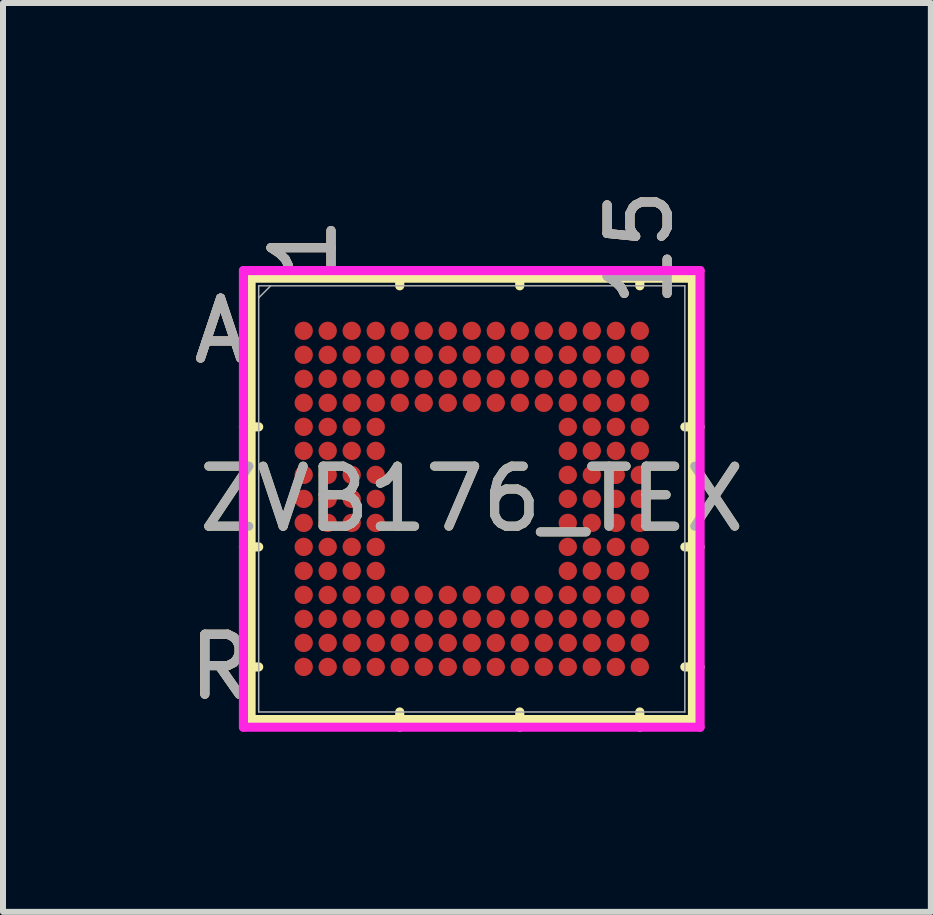
<source format=kicad_pcb>
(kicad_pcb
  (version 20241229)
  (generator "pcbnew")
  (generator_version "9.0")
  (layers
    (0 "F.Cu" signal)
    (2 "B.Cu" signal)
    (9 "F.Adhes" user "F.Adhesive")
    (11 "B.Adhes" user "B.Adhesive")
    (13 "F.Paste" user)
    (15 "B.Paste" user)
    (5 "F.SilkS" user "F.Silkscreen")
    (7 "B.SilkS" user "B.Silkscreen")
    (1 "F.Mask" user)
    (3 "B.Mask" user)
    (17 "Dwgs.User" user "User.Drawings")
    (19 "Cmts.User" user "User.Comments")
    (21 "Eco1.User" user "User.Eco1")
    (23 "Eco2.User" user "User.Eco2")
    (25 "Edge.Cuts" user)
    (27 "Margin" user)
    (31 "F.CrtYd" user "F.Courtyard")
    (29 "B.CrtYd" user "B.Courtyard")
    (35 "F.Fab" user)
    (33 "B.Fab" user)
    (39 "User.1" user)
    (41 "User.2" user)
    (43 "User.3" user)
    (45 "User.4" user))
  (footprint "ZVB176_TEX"
    (layer "F.Cu")
    (at 4.81 5.262)
    (property "Reference" "ZVB176_TEX" (at 0 0 0) (unlocked yes) (layer "F.SilkS") (effects (font (size 1 1) (thickness 0.15))))
    (attr smd)
    (fp_line (start -3.677 -3.677) (end -3.677 3.677) (stroke (width 0.152) (type solid)) (layer "F.SilkS"))
    (fp_line (start -3.677 3.677) (end 3.677 3.677) (stroke (width 0.152) (type solid)) (layer "F.SilkS"))
    (fp_line (start -3.55 -1.2) (end -3.804 -1.2) (stroke (width 0.152) (type solid)) (layer "F.SilkS"))
    (fp_line (start -3.55 0.8) (end -3.804 0.8) (stroke (width 0.152) (type solid)) (layer "F.SilkS"))
    (fp_line (start -3.55 2.8) (end -3.804 2.8) (stroke (width 0.152) (type solid)) (layer "F.SilkS"))
    (fp_line (start -1.2 -3.55) (end -1.2 -3.804) (stroke (width 0.152) (type solid)) (layer "F.SilkS"))
    (fp_line (start -1.2 3.55) (end -1.2 3.804) (stroke (width 0.152) (type solid)) (layer "F.SilkS"))
    (fp_line (start 0.8 -3.55) (end 0.8 -3.804) (stroke (width 0.152) (type solid)) (layer "F.SilkS"))
    (fp_line (start 0.8 3.55) (end 0.8 3.804) (stroke (width 0.152) (type solid)) (layer "F.SilkS"))
    (fp_line (start 2.8 -3.55) (end 2.8 -3.804) (stroke (width 0.152) (type solid)) (layer "F.SilkS"))
    (fp_line (start 2.8 3.55) (end 2.8 3.804) (stroke (width 0.152) (type solid)) (layer "F.SilkS"))
    (fp_line (start 3.55 -1.2) (end 3.804 -1.2) (stroke (width 0.152) (type solid)) (layer "F.SilkS"))
    (fp_line (start 3.55 0.8) (end 3.804 0.8) (stroke (width 0.152) (type solid)) (layer "F.SilkS"))
    (fp_line (start 3.55 2.8) (end 3.804 2.8) (stroke (width 0.152) (type solid)) (layer "F.SilkS"))
    (fp_line (start 3.677 -3.677) (end -3.677 -3.677) (stroke (width 0.152) (type solid)) (layer "F.SilkS"))
    (fp_line (start 3.677 3.677) (end 3.677 -3.677) (stroke (width 0.152) (type solid)) (layer "F.SilkS"))
    (fp_poly (pts (xy -3.445 -3.445) (xy 3.445 -3.445) (xy 3.445 3.445) (xy -3.445 3.445)) (stroke (width 0.1) (type solid)) (fill no) (layer "Eco2.User"))
    (fp_line (start -3.804 -3.804) (end 3.804 -3.804) (stroke (width 0.152) (type solid)) (layer "F.CrtYd"))
    (fp_line (start -3.804 3.804) (end -3.804 -3.804) (stroke (width 0.152) (type solid)) (layer "F.CrtYd"))
    (fp_line (start 3.804 -3.804) (end 3.804 3.804) (stroke (width 0.152) (type solid)) (layer "F.CrtYd"))
    (fp_line (start 3.804 3.804) (end -3.804 3.804) (stroke (width 0.152) (type solid)) (layer "F.CrtYd"))
    (fp_line (start -3.55 -3.55) (end -3.55 3.55) (stroke (width 0.025) (type solid)) (layer "F.Fab"))
    (fp_line (start -3.55 3.55) (end 3.55 3.55) (stroke (width 0.025) (type solid)) (layer "F.Fab"))
    (fp_line (start -3.35 -3.55) (end -3.55 -3.35) (stroke (width 0.025) (type solid)) (layer "F.Fab"))
    (fp_line (start 3.55 -3.55) (end -3.55 -3.55) (stroke (width 0.025) (type solid)) (layer "F.Fab"))
    (fp_line (start 3.55 3.55) (end 3.55 -3.55) (stroke (width 0.025) (type solid)) (layer "F.Fab"))
    (fp_text user "A" (at -4.185 -2.8 0) (unlocked yes) (layer "F.SilkS") (effects (font (size 1 1) (thickness 0.15))))
    (fp_text user "15" (at 2.8 -4.185 90) (unlocked yes) (layer "F.SilkS") (effects (font (size 1 1) (thickness 0.15))))
    (fp_text user "1" (at -2.8 -4.185 90) (unlocked yes) (layer "F.SilkS") (effects (font (size 1 1) (thickness 0.15))))
    (fp_text user "R" (at -4.185 2.8 0) (unlocked yes) (layer "F.SilkS") (effects (font (size 1 1) (thickness 0.15))))
    (fp_text user "1" (at -2.8 -4.185 90) (unlocked yes) (layer "B.SilkS") (effects (font (size 1 1) (thickness 0.15))))
    (fp_text user "15" (at 2.8 -4.185 90) (unlocked yes) (layer "B.SilkS") (effects (font (size 1 1) (thickness 0.15))))
    (fp_text user "R" (at -4.185 2.8 0) (unlocked yes) (layer "B.SilkS") (effects (font (size 1 1) (thickness 0.15))))
    (fp_text user "A" (at -4.185 -2.8 0) (unlocked yes) (layer "B.SilkS") (effects (font (size 1 1) (thickness 0.15))))
    (fp_text user "${REFERENCE}" (at 0 0 0) (unlocked yes) (layer "F.Fab") (effects (font (size 1 1) (thickness 0.15))))
    (fp_text user "A" (at -4.185 -2.8 0) (unlocked yes) (layer "F.Fab") (effects (font (size 1 1) (thickness 0.15))))
    (fp_text user "1" (at -2.8 -4.185 90) (unlocked yes) (layer "F.Fab") (effects (font (size 1 1) (thickness 0.15))))
    (fp_text user "R" (at -4.185 2.8 0) (unlocked yes) (layer "F.Fab") (effects (font (size 1 1) (thickness 0.15))))
    (fp_text user "15" (at 2.8 -4.185 90) (unlocked yes) (layer "F.Fab") (effects (font (size 1 1) (thickness 0.15))))
    (pad "A1" smd circle (at -2.8 -2.8) (size 0.305 0.305) (layers "F.Cu" "F.Mask" "F.Paste"))
    (pad "A2" smd circle (at -2.4 -2.8) (size 0.305 0.305) (layers "F.Cu" "F.Mask" "F.Paste"))
    (pad "A3" smd circle (at -2 -2.8) (size 0.305 0.305) (layers "F.Cu" "F.Mask" "F.Paste"))
    (pad "A4" smd circle (at -1.6 -2.8) (size 0.305 0.305) (layers "F.Cu" "F.Mask" "F.Paste"))
    (pad "A5" smd circle (at -1.2 -2.8) (size 0.305 0.305) (layers "F.Cu" "F.Mask" "F.Paste"))
    (pad "A6" smd circle (at -0.8 -2.8) (size 0.305 0.305) (layers "F.Cu" "F.Mask" "F.Paste"))
    (pad "A7" smd circle (at -0.4 -2.8) (size 0.305 0.305) (layers "F.Cu" "F.Mask" "F.Paste"))
    (pad "A8" smd circle (at 0 -2.8) (size 0.305 0.305) (layers "F.Cu" "F.Mask" "F.Paste"))
    (pad "A9" smd circle (at 0.4 -2.8) (size 0.305 0.305) (layers "F.Cu" "F.Mask" "F.Paste"))
    (pad "A10" smd circle (at 0.8 -2.8) (size 0.305 0.305) (layers "F.Cu" "F.Mask" "F.Paste"))
    (pad "A11" smd circle (at 1.2 -2.8) (size 0.305 0.305) (layers "F.Cu" "F.Mask" "F.Paste"))
    (pad "A12" smd circle (at 1.6 -2.8) (size 0.305 0.305) (layers "F.Cu" "F.Mask" "F.Paste"))
    (pad "A13" smd circle (at 2 -2.8) (size 0.305 0.305) (layers "F.Cu" "F.Mask" "F.Paste"))
    (pad "A14" smd circle (at 2.4 -2.8) (size 0.305 0.305) (layers "F.Cu" "F.Mask" "F.Paste"))
    (pad "A15" smd circle (at 2.8 -2.8) (size 0.305 0.305) (layers "F.Cu" "F.Mask" "F.Paste"))
    (pad "B1" smd circle (at -2.8 -2.4) (size 0.305 0.305) (layers "F.Cu" "F.Mask" "F.Paste"))
    (pad "B2" smd circle (at -2.4 -2.4) (size 0.305 0.305) (layers "F.Cu" "F.Mask" "F.Paste"))
    (pad "B3" smd circle (at -2 -2.4) (size 0.305 0.305) (layers "F.Cu" "F.Mask" "F.Paste"))
    (pad "B4" smd circle (at -1.6 -2.4) (size 0.305 0.305) (layers "F.Cu" "F.Mask" "F.Paste"))
    (pad "B5" smd circle (at -1.2 -2.4) (size 0.305 0.305) (layers "F.Cu" "F.Mask" "F.Paste"))
    (pad "B6" smd circle (at -0.8 -2.4) (size 0.305 0.305) (layers "F.Cu" "F.Mask" "F.Paste"))
    (pad "B7" smd circle (at -0.4 -2.4) (size 0.305 0.305) (layers "F.Cu" "F.Mask" "F.Paste"))
    (pad "B8" smd circle (at 0 -2.4) (size 0.305 0.305) (layers "F.Cu" "F.Mask" "F.Paste"))
    (pad "B9" smd circle (at 0.4 -2.4) (size 0.305 0.305) (layers "F.Cu" "F.Mask" "F.Paste"))
    (pad "B10" smd circle (at 0.8 -2.4) (size 0.305 0.305) (layers "F.Cu" "F.Mask" "F.Paste"))
    (pad "B11" smd circle (at 1.2 -2.4) (size 0.305 0.305) (layers "F.Cu" "F.Mask" "F.Paste"))
    (pad "B12" smd circle (at 1.6 -2.4) (size 0.305 0.305) (layers "F.Cu" "F.Mask" "F.Paste"))
    (pad "B13" smd circle (at 2 -2.4) (size 0.305 0.305) (layers "F.Cu" "F.Mask" "F.Paste"))
    (pad "B14" smd circle (at 2.4 -2.4) (size 0.305 0.305) (layers "F.Cu" "F.Mask" "F.Paste"))
    (pad "B15" smd circle (at 2.8 -2.4) (size 0.305 0.305) (layers "F.Cu" "F.Mask" "F.Paste"))
    (pad "C1" smd circle (at -2.8 -2) (size 0.305 0.305) (layers "F.Cu" "F.Mask" "F.Paste"))
    (pad "C2" smd circle (at -2.4 -2) (size 0.305 0.305) (layers "F.Cu" "F.Mask" "F.Paste"))
    (pad "C3" smd circle (at -2 -2) (size 0.305 0.305) (layers "F.Cu" "F.Mask" "F.Paste"))
    (pad "C4" smd circle (at -1.6 -2) (size 0.305 0.305) (layers "F.Cu" "F.Mask" "F.Paste"))
    (pad "C5" smd circle (at -1.2 -2) (size 0.305 0.305) (layers "F.Cu" "F.Mask" "F.Paste"))
    (pad "C6" smd circle (at -0.8 -2) (size 0.305 0.305) (layers "F.Cu" "F.Mask" "F.Paste"))
    (pad "C7" smd circle (at -0.4 -2) (size 0.305 0.305) (layers "F.Cu" "F.Mask" "F.Paste"))
    (pad "C8" smd circle (at 0 -2) (size 0.305 0.305) (layers "F.Cu" "F.Mask" "F.Paste"))
    (pad "C9" smd circle (at 0.4 -2) (size 0.305 0.305) (layers "F.Cu" "F.Mask" "F.Paste"))
    (pad "C10" smd circle (at 0.8 -2) (size 0.305 0.305) (layers "F.Cu" "F.Mask" "F.Paste"))
    (pad "C11" smd circle (at 1.2 -2) (size 0.305 0.305) (layers "F.Cu" "F.Mask" "F.Paste"))
    (pad "C12" smd circle (at 1.6 -2) (size 0.305 0.305) (layers "F.Cu" "F.Mask" "F.Paste"))
    (pad "C13" smd circle (at 2 -2) (size 0.305 0.305) (layers "F.Cu" "F.Mask" "F.Paste"))
    (pad "C14" smd circle (at 2.4 -2) (size 0.305 0.305) (layers "F.Cu" "F.Mask" "F.Paste"))
    (pad "C15" smd circle (at 2.8 -2) (size 0.305 0.305) (layers "F.Cu" "F.Mask" "F.Paste"))
    (pad "D1" smd circle (at -2.8 -1.6) (size 0.305 0.305) (layers "F.Cu" "F.Mask" "F.Paste"))
    (pad "D2" smd circle (at -2.4 -1.6) (size 0.305 0.305) (layers "F.Cu" "F.Mask" "F.Paste"))
    (pad "D3" smd circle (at -2 -1.6) (size 0.305 0.305) (layers "F.Cu" "F.Mask" "F.Paste"))
    (pad "D4" smd circle (at -1.6 -1.6) (size 0.305 0.305) (layers "F.Cu" "F.Mask" "F.Paste"))
    (pad "D5" smd circle (at -1.2 -1.6) (size 0.305 0.305) (layers "F.Cu" "F.Mask" "F.Paste"))
    (pad "D6" smd circle (at -0.8 -1.6) (size 0.305 0.305) (layers "F.Cu" "F.Mask" "F.Paste"))
    (pad "D7" smd circle (at -0.4 -1.6) (size 0.305 0.305) (layers "F.Cu" "F.Mask" "F.Paste"))
    (pad "D8" smd circle (at 0 -1.6) (size 0.305 0.305) (layers "F.Cu" "F.Mask" "F.Paste"))
    (pad "D9" smd circle (at 0.4 -1.6) (size 0.305 0.305) (layers "F.Cu" "F.Mask" "F.Paste"))
    (pad "D10" smd circle (at 0.8 -1.6) (size 0.305 0.305) (layers "F.Cu" "F.Mask" "F.Paste"))
    (pad "D11" smd circle (at 1.2 -1.6) (size 0.305 0.305) (layers "F.Cu" "F.Mask" "F.Paste"))
    (pad "D12" smd circle (at 1.6 -1.6) (size 0.305 0.305) (layers "F.Cu" "F.Mask" "F.Paste"))
    (pad "D13" smd circle (at 2 -1.6) (size 0.305 0.305) (layers "F.Cu" "F.Mask" "F.Paste"))
    (pad "D14" smd circle (at 2.4 -1.6) (size 0.305 0.305) (layers "F.Cu" "F.Mask" "F.Paste"))
    (pad "D15" smd circle (at 2.8 -1.6) (size 0.305 0.305) (layers "F.Cu" "F.Mask" "F.Paste"))
    (pad "E1" smd circle (at -2.8 -1.2) (size 0.305 0.305) (layers "F.Cu" "F.Mask" "F.Paste"))
    (pad "E2" smd circle (at -2.4 -1.2) (size 0.305 0.305) (layers "F.Cu" "F.Mask" "F.Paste"))
    (pad "E3" smd circle (at -2 -1.2) (size 0.305 0.305) (layers "F.Cu" "F.Mask" "F.Paste"))
    (pad "E4" smd circle (at -1.6 -1.2) (size 0.305 0.305) (layers "F.Cu" "F.Mask" "F.Paste"))
    (pad "E12" smd circle (at 1.6 -1.2) (size 0.305 0.305) (layers "F.Cu" "F.Mask" "F.Paste"))
    (pad "E13" smd circle (at 2 -1.2) (size 0.305 0.305) (layers "F.Cu" "F.Mask" "F.Paste"))
    (pad "E14" smd circle (at 2.4 -1.2) (size 0.305 0.305) (layers "F.Cu" "F.Mask" "F.Paste"))
    (pad "E15" smd circle (at 2.8 -1.2) (size 0.305 0.305) (layers "F.Cu" "F.Mask" "F.Paste"))
    (pad "F1" smd circle (at -2.8 -0.8) (size 0.305 0.305) (layers "F.Cu" "F.Mask" "F.Paste"))
    (pad "F2" smd circle (at -2.4 -0.8) (size 0.305 0.305) (layers "F.Cu" "F.Mask" "F.Paste"))
    (pad "F3" smd circle (at -2 -0.8) (size 0.305 0.305) (layers "F.Cu" "F.Mask" "F.Paste"))
    (pad "F4" smd circle (at -1.6 -0.8) (size 0.305 0.305) (layers "F.Cu" "F.Mask" "F.Paste"))
    (pad "F12" smd circle (at 1.6 -0.8) (size 0.305 0.305) (layers "F.Cu" "F.Mask" "F.Paste"))
    (pad "F13" smd circle (at 2 -0.8) (size 0.305 0.305) (layers "F.Cu" "F.Mask" "F.Paste"))
    (pad "F14" smd circle (at 2.4 -0.8) (size 0.305 0.305) (layers "F.Cu" "F.Mask" "F.Paste"))
    (pad "F15" smd circle (at 2.8 -0.8) (size 0.305 0.305) (layers "F.Cu" "F.Mask" "F.Paste"))
    (pad "G1" smd circle (at -2.8 -0.4) (size 0.305 0.305) (layers "F.Cu" "F.Mask" "F.Paste"))
    (pad "G2" smd circle (at -2.4 -0.4) (size 0.305 0.305) (layers "F.Cu" "F.Mask" "F.Paste"))
    (pad "G3" smd circle (at -2 -0.4) (size 0.305 0.305) (layers "F.Cu" "F.Mask" "F.Paste"))
    (pad "G4" smd circle (at -1.6 -0.4) (size 0.305 0.305) (layers "F.Cu" "F.Mask" "F.Paste"))
    (pad "G12" smd circle (at 1.6 -0.4) (size 0.305 0.305) (layers "F.Cu" "F.Mask" "F.Paste"))
    (pad "G13" smd circle (at 2 -0.4) (size 0.305 0.305) (layers "F.Cu" "F.Mask" "F.Paste"))
    (pad "G14" smd circle (at 2.4 -0.4) (size 0.305 0.305) (layers "F.Cu" "F.Mask" "F.Paste"))
    (pad "G15" smd circle (at 2.8 -0.4) (size 0.305 0.305) (layers "F.Cu" "F.Mask" "F.Paste"))
    (pad "H1" smd circle (at -2.8 0) (size 0.305 0.305) (layers "F.Cu" "F.Mask" "F.Paste"))
    (pad "H2" smd circle (at -2.4 0) (size 0.305 0.305) (layers "F.Cu" "F.Mask" "F.Paste"))
    (pad "H3" smd circle (at -2 0) (size 0.305 0.305) (layers "F.Cu" "F.Mask" "F.Paste"))
    (pad "H4" smd circle (at -1.6 0) (size 0.305 0.305) (layers "F.Cu" "F.Mask" "F.Paste"))
    (pad "H12" smd circle (at 1.6 0) (size 0.305 0.305) (layers "F.Cu" "F.Mask" "F.Paste"))
    (pad "H13" smd circle (at 2 0) (size 0.305 0.305) (layers "F.Cu" "F.Mask" "F.Paste"))
    (pad "H14" smd circle (at 2.4 0) (size 0.305 0.305) (layers "F.Cu" "F.Mask" "F.Paste"))
    (pad "H15" smd circle (at 2.8 0) (size 0.305 0.305) (layers "F.Cu" "F.Mask" "F.Paste"))
    (pad "J1" smd circle (at -2.8 0.4) (size 0.305 0.305) (layers "F.Cu" "F.Mask" "F.Paste"))
    (pad "J2" smd circle (at -2.4 0.4) (size 0.305 0.305) (layers "F.Cu" "F.Mask" "F.Paste"))
    (pad "J3" smd circle (at -2 0.4) (size 0.305 0.305) (layers "F.Cu" "F.Mask" "F.Paste"))
    (pad "J4" smd circle (at -1.6 0.4) (size 0.305 0.305) (layers "F.Cu" "F.Mask" "F.Paste"))
    (pad "J12" smd circle (at 1.6 0.4) (size 0.305 0.305) (layers "F.Cu" "F.Mask" "F.Paste"))
    (pad "J13" smd circle (at 2 0.4) (size 0.305 0.305) (layers "F.Cu" "F.Mask" "F.Paste"))
    (pad "J14" smd circle (at 2.4 0.4) (size 0.305 0.305) (layers "F.Cu" "F.Mask" "F.Paste"))
    (pad "J15" smd circle (at 2.8 0.4) (size 0.305 0.305) (layers "F.Cu" "F.Mask" "F.Paste"))
    (pad "K1" smd circle (at -2.8 0.8) (size 0.305 0.305) (layers "F.Cu" "F.Mask" "F.Paste"))
    (pad "K2" smd circle (at -2.4 0.8) (size 0.305 0.305) (layers "F.Cu" "F.Mask" "F.Paste"))
    (pad "K3" smd circle (at -2 0.8) (size 0.305 0.305) (layers "F.Cu" "F.Mask" "F.Paste"))
    (pad "K4" smd circle (at -1.6 0.8) (size 0.305 0.305) (layers "F.Cu" "F.Mask" "F.Paste"))
    (pad "K12" smd circle (at 1.6 0.8) (size 0.305 0.305) (layers "F.Cu" "F.Mask" "F.Paste"))
    (pad "K13" smd circle (at 2 0.8) (size 0.305 0.305) (layers "F.Cu" "F.Mask" "F.Paste"))
    (pad "K14" smd circle (at 2.4 0.8) (size 0.305 0.305) (layers "F.Cu" "F.Mask" "F.Paste"))
    (pad "K15" smd circle (at 2.8 0.8) (size 0.305 0.305) (layers "F.Cu" "F.Mask" "F.Paste"))
    (pad "L1" smd circle (at -2.8 1.2) (size 0.305 0.305) (layers "F.Cu" "F.Mask" "F.Paste"))
    (pad "L2" smd circle (at -2.4 1.2) (size 0.305 0.305) (layers "F.Cu" "F.Mask" "F.Paste"))
    (pad "L3" smd circle (at -2 1.2) (size 0.305 0.305) (layers "F.Cu" "F.Mask" "F.Paste"))
    (pad "L4" smd circle (at -1.6 1.2) (size 0.305 0.305) (layers "F.Cu" "F.Mask" "F.Paste"))
    (pad "L12" smd circle (at 1.6 1.2) (size 0.305 0.305) (layers "F.Cu" "F.Mask" "F.Paste"))
    (pad "L13" smd circle (at 2 1.2) (size 0.305 0.305) (layers "F.Cu" "F.Mask" "F.Paste"))
    (pad "L14" smd circle (at 2.4 1.2) (size 0.305 0.305) (layers "F.Cu" "F.Mask" "F.Paste"))
    (pad "L15" smd circle (at 2.8 1.2) (size 0.305 0.305) (layers "F.Cu" "F.Mask" "F.Paste"))
    (pad "M1" smd circle (at -2.8 1.6) (size 0.305 0.305) (layers "F.Cu" "F.Mask" "F.Paste"))
    (pad "M2" smd circle (at -2.4 1.6) (size 0.305 0.305) (layers "F.Cu" "F.Mask" "F.Paste"))
    (pad "M3" smd circle (at -2 1.6) (size 0.305 0.305) (layers "F.Cu" "F.Mask" "F.Paste"))
    (pad "M4" smd circle (at -1.6 1.6) (size 0.305 0.305) (layers "F.Cu" "F.Mask" "F.Paste"))
    (pad "M5" smd circle (at -1.2 1.6) (size 0.305 0.305) (layers "F.Cu" "F.Mask" "F.Paste"))
    (pad "M6" smd circle (at -0.8 1.6) (size 0.305 0.305) (layers "F.Cu" "F.Mask" "F.Paste"))
    (pad "M7" smd circle (at -0.4 1.6) (size 0.305 0.305) (layers "F.Cu" "F.Mask" "F.Paste"))
    (pad "M8" smd circle (at 0 1.6) (size 0.305 0.305) (layers "F.Cu" "F.Mask" "F.Paste"))
    (pad "M9" smd circle (at 0.4 1.6) (size 0.305 0.305) (layers "F.Cu" "F.Mask" "F.Paste"))
    (pad "M10" smd circle (at 0.8 1.6) (size 0.305 0.305) (layers "F.Cu" "F.Mask" "F.Paste"))
    (pad "M11" smd circle (at 1.2 1.6) (size 0.305 0.305) (layers "F.Cu" "F.Mask" "F.Paste"))
    (pad "M12" smd circle (at 1.6 1.6) (size 0.305 0.305) (layers "F.Cu" "F.Mask" "F.Paste"))
    (pad "M13" smd circle (at 2 1.6) (size 0.305 0.305) (layers "F.Cu" "F.Mask" "F.Paste"))
    (pad "M14" smd circle (at 2.4 1.6) (size 0.305 0.305) (layers "F.Cu" "F.Mask" "F.Paste"))
    (pad "M15" smd circle (at 2.8 1.6) (size 0.305 0.305) (layers "F.Cu" "F.Mask" "F.Paste"))
    (pad "N1" smd circle (at -2.8 2) (size 0.305 0.305) (layers "F.Cu" "F.Mask" "F.Paste"))
    (pad "N2" smd circle (at -2.4 2) (size 0.305 0.305) (layers "F.Cu" "F.Mask" "F.Paste"))
    (pad "N3" smd circle (at -2 2) (size 0.305 0.305) (layers "F.Cu" "F.Mask" "F.Paste"))
    (pad "N4" smd circle (at -1.6 2) (size 0.305 0.305) (layers "F.Cu" "F.Mask" "F.Paste"))
    (pad "N5" smd circle (at -1.2 2) (size 0.305 0.305) (layers "F.Cu" "F.Mask" "F.Paste"))
    (pad "N6" smd circle (at -0.8 2) (size 0.305 0.305) (layers "F.Cu" "F.Mask" "F.Paste"))
    (pad "N7" smd circle (at -0.4 2) (size 0.305 0.305) (layers "F.Cu" "F.Mask" "F.Paste"))
    (pad "N8" smd circle (at 0 2) (size 0.305 0.305) (layers "F.Cu" "F.Mask" "F.Paste"))
    (pad "N9" smd circle (at 0.4 2) (size 0.305 0.305) (layers "F.Cu" "F.Mask" "F.Paste"))
    (pad "N10" smd circle (at 0.8 2) (size 0.305 0.305) (layers "F.Cu" "F.Mask" "F.Paste"))
    (pad "N11" smd circle (at 1.2 2) (size 0.305 0.305) (layers "F.Cu" "F.Mask" "F.Paste"))
    (pad "N12" smd circle (at 1.6 2) (size 0.305 0.305) (layers "F.Cu" "F.Mask" "F.Paste"))
    (pad "N13" smd circle (at 2 2) (size 0.305 0.305) (layers "F.Cu" "F.Mask" "F.Paste"))
    (pad "N14" smd circle (at 2.4 2) (size 0.305 0.305) (layers "F.Cu" "F.Mask" "F.Paste"))
    (pad "N15" smd circle (at 2.8 2) (size 0.305 0.305) (layers "F.Cu" "F.Mask" "F.Paste"))
    (pad "P1" smd circle (at -2.8 2.4) (size 0.305 0.305) (layers "F.Cu" "F.Mask" "F.Paste"))
    (pad "P2" smd circle (at -2.4 2.4) (size 0.305 0.305) (layers "F.Cu" "F.Mask" "F.Paste"))
    (pad "P3" smd circle (at -2 2.4) (size 0.305 0.305) (layers "F.Cu" "F.Mask" "F.Paste"))
    (pad "P4" smd circle (at -1.6 2.4) (size 0.305 0.305) (layers "F.Cu" "F.Mask" "F.Paste"))
    (pad "P5" smd circle (at -1.2 2.4) (size 0.305 0.305) (layers "F.Cu" "F.Mask" "F.Paste"))
    (pad "P6" smd circle (at -0.8 2.4) (size 0.305 0.305) (layers "F.Cu" "F.Mask" "F.Paste"))
    (pad "P7" smd circle (at -0.4 2.4) (size 0.305 0.305) (layers "F.Cu" "F.Mask" "F.Paste"))
    (pad "P8" smd circle (at 0 2.4) (size 0.305 0.305) (layers "F.Cu" "F.Mask" "F.Paste"))
    (pad "P9" smd circle (at 0.4 2.4) (size 0.305 0.305) (layers "F.Cu" "F.Mask" "F.Paste"))
    (pad "P10" smd circle (at 0.8 2.4) (size 0.305 0.305) (layers "F.Cu" "F.Mask" "F.Paste"))
    (pad "P11" smd circle (at 1.2 2.4) (size 0.305 0.305) (layers "F.Cu" "F.Mask" "F.Paste"))
    (pad "P12" smd circle (at 1.6 2.4) (size 0.305 0.305) (layers "F.Cu" "F.Mask" "F.Paste"))
    (pad "P13" smd circle (at 2 2.4) (size 0.305 0.305) (layers "F.Cu" "F.Mask" "F.Paste"))
    (pad "P14" smd circle (at 2.4 2.4) (size 0.305 0.305) (layers "F.Cu" "F.Mask" "F.Paste"))
    (pad "P15" smd circle (at 2.8 2.4) (size 0.305 0.305) (layers "F.Cu" "F.Mask" "F.Paste"))
    (pad "R1" smd circle (at -2.8 2.8) (size 0.305 0.305) (layers "F.Cu" "F.Mask" "F.Paste"))
    (pad "R2" smd circle (at -2.4 2.8) (size 0.305 0.305) (layers "F.Cu" "F.Mask" "F.Paste"))
    (pad "R3" smd circle (at -2 2.8) (size 0.305 0.305) (layers "F.Cu" "F.Mask" "F.Paste"))
    (pad "R4" smd circle (at -1.6 2.8) (size 0.305 0.305) (layers "F.Cu" "F.Mask" "F.Paste"))
    (pad "R5" smd circle (at -1.2 2.8) (size 0.305 0.305) (layers "F.Cu" "F.Mask" "F.Paste"))
    (pad "R6" smd circle (at -0.8 2.8) (size 0.305 0.305) (layers "F.Cu" "F.Mask" "F.Paste"))
    (pad "R7" smd circle (at -0.4 2.8) (size 0.305 0.305) (layers "F.Cu" "F.Mask" "F.Paste"))
    (pad "R8" smd circle (at 0 2.8) (size 0.305 0.305) (layers "F.Cu" "F.Mask" "F.Paste"))
    (pad "R9" smd circle (at 0.4 2.8) (size 0.305 0.305) (layers "F.Cu" "F.Mask" "F.Paste"))
    (pad "R10" smd circle (at 0.8 2.8) (size 0.305 0.305) (layers "F.Cu" "F.Mask" "F.Paste"))
    (pad "R11" smd circle (at 1.2 2.8) (size 0.305 0.305) (layers "F.Cu" "F.Mask" "F.Paste"))
    (pad "R12" smd circle (at 1.6 2.8) (size 0.305 0.305) (layers "F.Cu" "F.Mask" "F.Paste"))
    (pad "R13" smd circle (at 2 2.8) (size 0.305 0.305) (layers "F.Cu" "F.Mask" "F.Paste"))
    (pad "R14" smd circle (at 2.4 2.8) (size 0.305 0.305) (layers "F.Cu" "F.Mask" "F.Paste"))
    (pad "R15" smd circle (at 2.8 2.8) (size 0.305 0.305) (layers "F.Cu" "F.Mask" "F.Paste")))
  (gr_rect
    (start -3 -3)
    (end 12.459 12.143)
    (stroke (width 0.1) (type default))
    (fill no)
    (layer "Edge.Cuts")))
</source>
